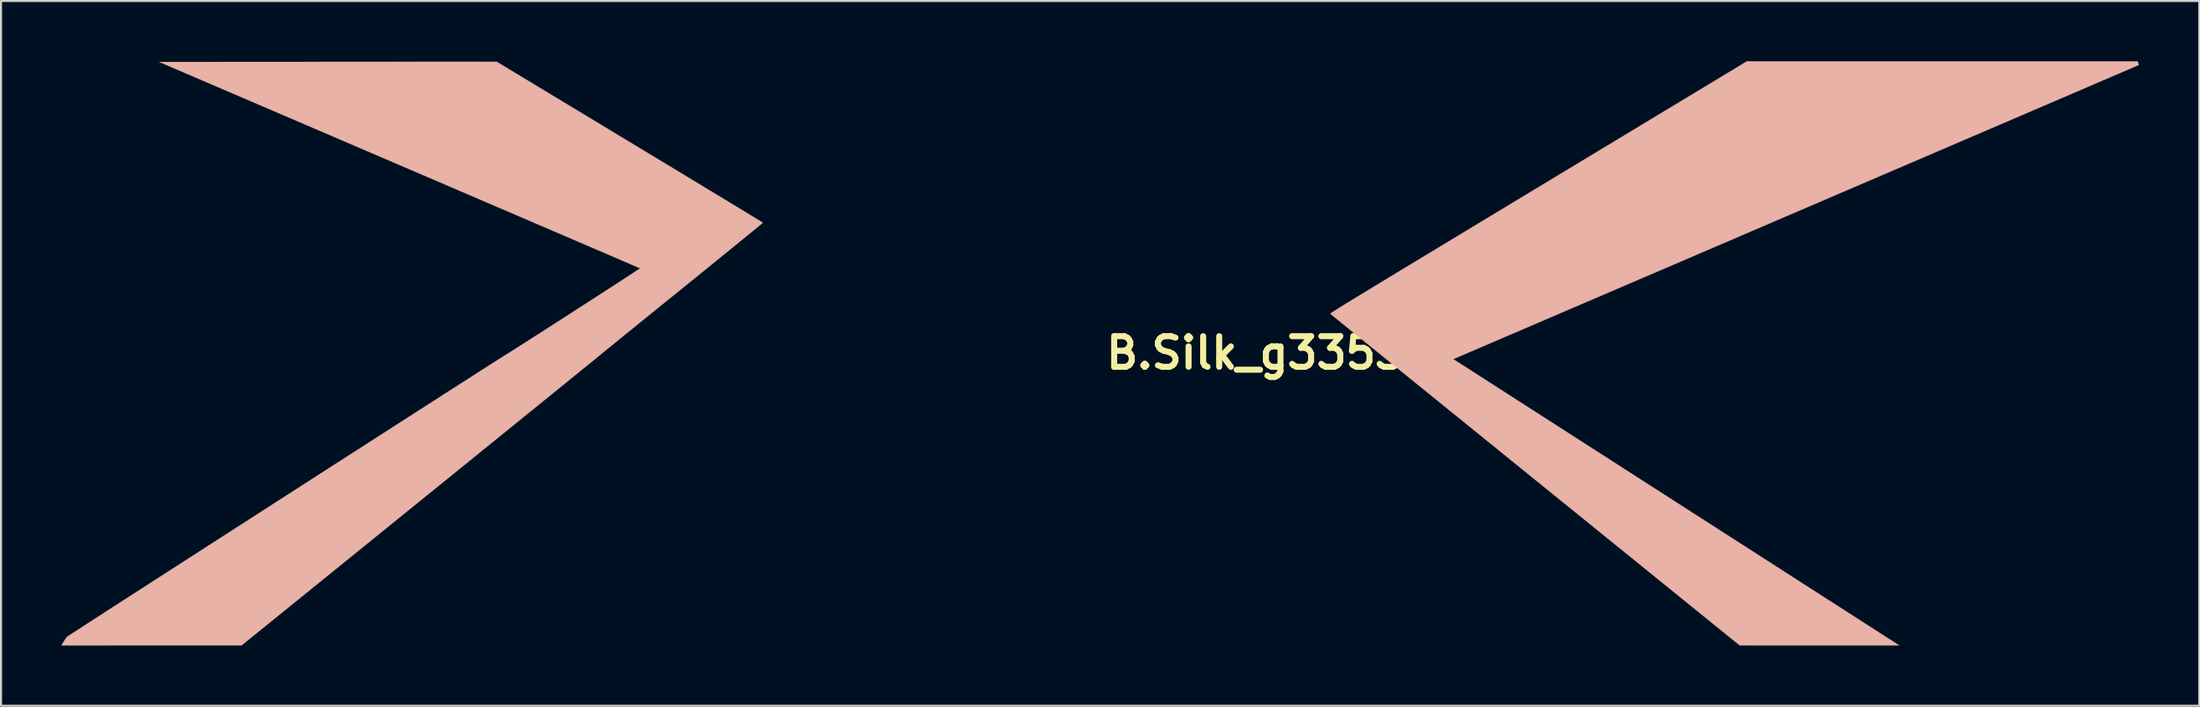
<source format=kicad_pcb>
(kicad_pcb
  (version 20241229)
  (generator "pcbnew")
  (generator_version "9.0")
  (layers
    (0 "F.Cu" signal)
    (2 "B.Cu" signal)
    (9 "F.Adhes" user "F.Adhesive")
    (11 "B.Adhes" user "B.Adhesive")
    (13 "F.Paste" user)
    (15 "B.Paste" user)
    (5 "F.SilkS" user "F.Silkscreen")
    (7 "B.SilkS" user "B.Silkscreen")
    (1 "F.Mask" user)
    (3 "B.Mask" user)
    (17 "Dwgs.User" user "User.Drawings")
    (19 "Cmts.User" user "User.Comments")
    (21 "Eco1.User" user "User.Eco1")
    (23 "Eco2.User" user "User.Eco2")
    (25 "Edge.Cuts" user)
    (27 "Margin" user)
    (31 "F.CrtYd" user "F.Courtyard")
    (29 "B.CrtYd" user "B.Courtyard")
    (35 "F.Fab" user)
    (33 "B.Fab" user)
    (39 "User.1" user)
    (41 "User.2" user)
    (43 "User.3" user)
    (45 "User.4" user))
  (footprint "B.Silk_g3353"
    (layer "F.Cu")
    (at 59.419 14.525)
    (property "Reference" "B.Silk_g3353" (at 0 0 0) (layer "F.SilkS") (effects (font (size 1.524 1.524) (thickness 0.3))))
    (attr through_hole)
    (fp_poly (pts (xy 43.909 -14.433) (xy 43.929 -14.38) (xy 43.938 -14.346) (xy 43.938 -14.341) (xy 43.918 -14.332) (xy 43.861 -14.308) (xy 43.767 -14.267) (xy 43.637 -14.211) (xy 43.473 -14.141) (xy 43.275 -14.056) (xy 43.045 -13.957) (xy 42.783 -13.844) (xy 42.491 -13.719) (xy 42.17 -13.581) (xy 41.82 -13.431) (xy 41.444 -13.269) (xy 41.042 -13.096) (xy 40.614 -12.913) (xy 40.163 -12.719) (xy 39.689 -12.515) (xy 39.193 -12.302) (xy 38.677 -12.081) (xy 38.141 -11.85) (xy 37.587 -11.612) (xy 37.015 -11.367) (xy 36.427 -11.114) (xy 35.824 -10.855) (xy 35.206 -10.59) (xy 34.575 -10.319) (xy 33.933 -10.043) (xy 33.279 -9.762) (xy 32.616 -9.477) (xy 31.943 -9.188) (xy 31.263 -8.896) (xy 30.576 -8.601) (xy 29.884 -8.304) (xy 29.187 -8.005) (xy 28.487 -7.704) (xy 27.784 -7.402) (xy 27.08 -7.1) (xy 26.376 -6.798) (xy 25.673 -6.496) (xy 24.972 -6.194) (xy 24.273 -5.895) (xy 23.579 -5.596) (xy 22.89 -5.301) (xy 22.207 -5.007) (xy 21.532 -4.717) (xy 20.865 -4.431) (xy 20.207 -4.148) (xy 19.56 -3.87) (xy 18.924 -3.598) (xy 18.301 -3.33) (xy 17.692 -3.069) (xy 17.098 -2.813) (xy 16.52 -2.565) (xy 15.958 -2.324) (xy 15.415 -2.091) (xy 14.891 -1.866) (xy 14.387 -1.649) (xy 13.904 -1.442) (xy 13.444 -1.244) (xy 13.007 -1.057) (xy 12.594 -0.88) (xy 12.207 -0.714) (xy 11.847 -0.559) (xy 11.515 -0.416) (xy 11.211 -0.286) (xy 10.937 -0.168) (xy 10.694 -0.064) (xy 10.484 0.026) (xy 10.306 0.103) (xy 10.162 0.164) (xy 10.117 0.184) (xy 9.83 0.307) (xy 20.717 7.303) (xy 21.34 7.703) (xy 21.954 8.098) (xy 22.559 8.486) (xy 23.155 8.869) (xy 23.738 9.244) (xy 24.31 9.611) (xy 24.868 9.97) (xy 25.413 10.32) (xy 25.942 10.66) (xy 26.454 10.989) (xy 26.95 11.308) (xy 27.428 11.615) (xy 27.886 11.909) (xy 28.324 12.191) (xy 28.742 12.459) (xy 29.137 12.713) (xy 29.509 12.952) (xy 29.856 13.175) (xy 30.179 13.383) (xy 30.476 13.573) (xy 30.746 13.747) (xy 30.987 13.902) (xy 31.2 14.039) (xy 31.383 14.156) (xy 31.534 14.253) (xy 31.654 14.33) (xy 31.741 14.386) (xy 31.794 14.42) (xy 31.809 14.43) (xy 32.015 14.562) (xy 28.046 14.561) (xy 24.077 14.56) (xy 13.909 6.319) (xy 13.332 5.851) (xy 12.763 5.39) (xy 12.203 4.936) (xy 11.653 4.49) (xy 11.114 4.053) (xy 10.586 3.625) (xy 10.071 3.207) (xy 9.569 2.801) (xy 9.082 2.405) (xy 8.61 2.023) (xy 8.154 1.653) (xy 7.714 1.297) (xy 7.293 0.955) (xy 6.891 0.629) (xy 6.508 0.319) (xy 6.146 0.025) (xy 5.805 -0.252) (xy 5.487 -0.51) (xy 5.192 -0.749) (xy 4.921 -0.969) (xy 4.674 -1.169) (xy 4.454 -1.348) (xy 4.261 -1.505) (xy 4.095 -1.64) (xy 3.958 -1.751) (xy 3.85 -1.839) (xy 3.773 -1.902) (xy 3.726 -1.94) (xy 3.712 -1.951) (xy 3.714 -1.956) (xy 3.724 -1.965) (xy 3.744 -1.98) (xy 3.773 -2.001) (xy 3.814 -2.028) (xy 3.866 -2.062) (xy 3.93 -2.104) (xy 4.008 -2.153) (xy 4.101 -2.211) (xy 4.208 -2.278) (xy 4.331 -2.354) (xy 4.471 -2.441) (xy 4.628 -2.537) (xy 4.803 -2.645) (xy 4.998 -2.764) (xy 5.212 -2.895) (xy 5.448 -3.038) (xy 5.705 -3.195) (xy 5.984 -3.364) (xy 6.286 -3.548) (xy 6.613 -3.746) (xy 6.964 -3.959) (xy 7.341 -4.188) (xy 7.745 -4.432) (xy 8.176 -4.693) (xy 8.635 -4.971) (xy 9.123 -5.266) (xy 9.64 -5.58) (xy 10.189 -5.911) (xy 10.769 -6.262) (xy 11.381 -6.632) (xy 12.026 -7.022) (xy 12.705 -7.432) (xy 13.419 -7.864) (xy 14.06 -8.251) (xy 24.436 -14.52) (xy 43.874 -14.52) (xy 43.909 -14.433)) (stroke (width 0.01) (type solid)) (fill yes) (layer "B.SilkS"))
    (fp_poly (pts (xy -31.14 -10.501) (xy -30.653 -10.206) (xy -30.174 -9.917) (xy -29.707 -9.634) (xy -29.251 -9.359) (xy -28.808 -9.091) (xy -28.38 -8.832) (xy -27.967 -8.582) (xy -27.571 -8.342) (xy -27.194 -8.113) (xy -26.836 -7.896) (xy -26.498 -7.692) (xy -26.183 -7.5) (xy -25.891 -7.323) (xy -25.623 -7.161) (xy -25.382 -7.014) (xy -25.167 -6.883) (xy -24.981 -6.769) (xy -24.824 -6.674) (xy -24.698 -6.597) (xy -24.605 -6.539) (xy -24.545 -6.502) (xy -24.519 -6.485) (xy -24.519 -6.484) (xy -24.534 -6.47) (xy -24.582 -6.43) (xy -24.659 -6.365) (xy -24.765 -6.277) (xy -24.898 -6.168) (xy -25.058 -6.037) (xy -25.241 -5.887) (xy -25.448 -5.719) (xy -25.676 -5.533) (xy -25.924 -5.33) (xy -26.191 -5.113) (xy -26.475 -4.882) (xy -26.775 -4.638) (xy -27.089 -4.383) (xy -27.417 -4.117) (xy -27.756 -3.842) (xy -28.106 -3.559) (xy -28.463 -3.27) (xy -28.822 -2.979) (xy -29.174 -2.695) (xy -29.516 -2.418) (xy -29.847 -2.149) (xy -30.165 -1.891) (xy -30.47 -1.644) (xy -30.76 -1.409) (xy -31.032 -1.188) (xy -31.286 -0.982) (xy -31.521 -0.791) (xy -31.734 -0.618) (xy -31.925 -0.463) (xy -32.091 -0.328) (xy -32.232 -0.213) (xy -32.346 -0.12) (xy -32.431 -0.05) (xy -32.486 -0.005) (xy -32.509 0.014) (xy -32.532 0.033) (xy -32.586 0.077) (xy -32.671 0.147) (xy -32.786 0.241) (xy -32.93 0.358) (xy -33.103 0.498) (xy -33.302 0.661) (xy -33.528 0.844) (xy -33.779 1.048) (xy -34.054 1.271) (xy -34.352 1.513) (xy -34.673 1.774) (xy -35.015 2.051) (xy -35.378 2.346) (xy -35.76 2.655) (xy -36.161 2.98) (xy -36.579 3.319) (xy -37.013 3.672) (xy -37.464 4.037) (xy -37.929 4.414) (xy -38.407 4.802) (xy -38.899 5.201) (xy -39.402 5.609) (xy -39.916 6.025) (xy -40.44 6.45) (xy -40.973 6.882) (xy -41.514 7.32) (xy -41.529 7.332) (xy -50.451 14.562) (xy -54.932 14.562) (xy -59.414 14.563) (xy -59.303 14.382) (xy -59.25 14.297) (xy -59.198 14.219) (xy -59.155 14.159) (xy -59.14 14.14) (xy -59.12 14.126) (xy -59.065 14.09) (xy -58.978 14.032) (xy -58.858 13.954) (xy -58.707 13.856) (xy -58.527 13.739) (xy -58.318 13.604) (xy -58.082 13.451) (xy -57.819 13.281) (xy -57.532 13.095) (xy -57.22 12.894) (xy -56.886 12.678) (xy -56.53 12.449) (xy -56.154 12.206) (xy -55.759 11.952) (xy -55.346 11.685) (xy -54.916 11.408) (xy -54.471 11.121) (xy -54.011 10.825) (xy -53.538 10.52) (xy -53.052 10.207) (xy -52.556 9.888) (xy -52.05 9.562) (xy -51.535 9.231) (xy -51.013 8.894) (xy -50.485 8.555) (xy -49.952 8.211) (xy -49.415 7.866) (xy -48.875 7.518) (xy -48.334 7.17) (xy -47.792 6.822) (xy -47.252 6.474) (xy -46.713 6.127) (xy -46.177 5.783) (xy -45.646 5.441) (xy -45.12 5.103) (xy -44.601 4.77) (xy -44.09 4.441) (xy -43.588 4.119) (xy -43.097 3.803) (xy -42.617 3.494) (xy -42.149 3.194) (xy -41.695 2.902) (xy -41.256 2.62) (xy -40.833 2.349) (xy -40.428 2.089) (xy -40.041 1.84) (xy -39.673 1.605) (xy -39.327 1.383) (xy -39.002 1.175) (xy -38.701 0.982) (xy -38.424 0.804) (xy -38.173 0.643) (xy -37.948 0.5) (xy -37.751 0.374) (xy -37.583 0.267) (xy -37.446 0.18) (xy -37.34 0.113) (xy -37.266 0.067) (xy -37.227 0.042) (xy -37.222 0.04) (xy -37.184 0.017) (xy -37.114 -0.026) (xy -37.014 -0.089) (xy -36.887 -0.17) (xy -36.733 -0.268) (xy -36.556 -0.381) (xy -36.357 -0.508) (xy -36.139 -0.647) (xy -35.904 -0.798) (xy -35.653 -0.958) (xy -35.39 -1.128) (xy -35.116 -1.304) (xy -34.833 -1.486) (xy -34.543 -1.672) (xy -34.249 -1.861) (xy -33.953 -2.052) (xy -33.657 -2.243) (xy -33.362 -2.433) (xy -33.072 -2.621) (xy -32.787 -2.804) (xy -32.511 -2.983) (xy -32.246 -3.154) (xy -31.993 -3.318) (xy -31.755 -3.472) (xy -31.533 -3.616) (xy -31.331 -3.748) (xy -31.15 -3.866) (xy -30.992 -3.969) (xy -30.859 -4.056) (xy -30.754 -4.125) (xy -30.678 -4.175) (xy -30.634 -4.205) (xy -30.624 -4.214) (xy -30.644 -4.223) (xy -30.702 -4.248) (xy -30.797 -4.289) (xy -30.927 -4.345) (xy -31.092 -4.417) (xy -31.291 -4.502) (xy -31.523 -4.602) (xy -31.786 -4.715) (xy -32.079 -4.841) (xy -32.402 -4.98) (xy -32.753 -5.131) (xy -33.132 -5.294) (xy -33.537 -5.468) (xy -33.967 -5.653) (xy -34.421 -5.848) (xy -34.899 -6.053) (xy -35.398 -6.268) (xy -35.919 -6.492) (xy -36.459 -6.724) (xy -37.018 -6.964) (xy -37.595 -7.212) (xy -38.189 -7.467) (xy -38.799 -7.729) (xy -39.424 -7.997) (xy -40.062 -8.271) (xy -40.712 -8.551) (xy -41.375 -8.835) (xy -42.047 -9.124) (xy -42.591 -9.357) (xy -54.544 -14.489) (xy -46.151 -14.494) (xy -37.757 -14.499) (xy -31.14 -10.501)) (stroke (width 0.01) (type solid)) (fill yes) (layer "B.SilkS")))
  (gr_rect
    (start -3 -3)
    (end 106.362 32.093)
    (stroke (width 0.1) (type default))
    (fill no)
    (layer "Edge.Cuts")))
</source>
